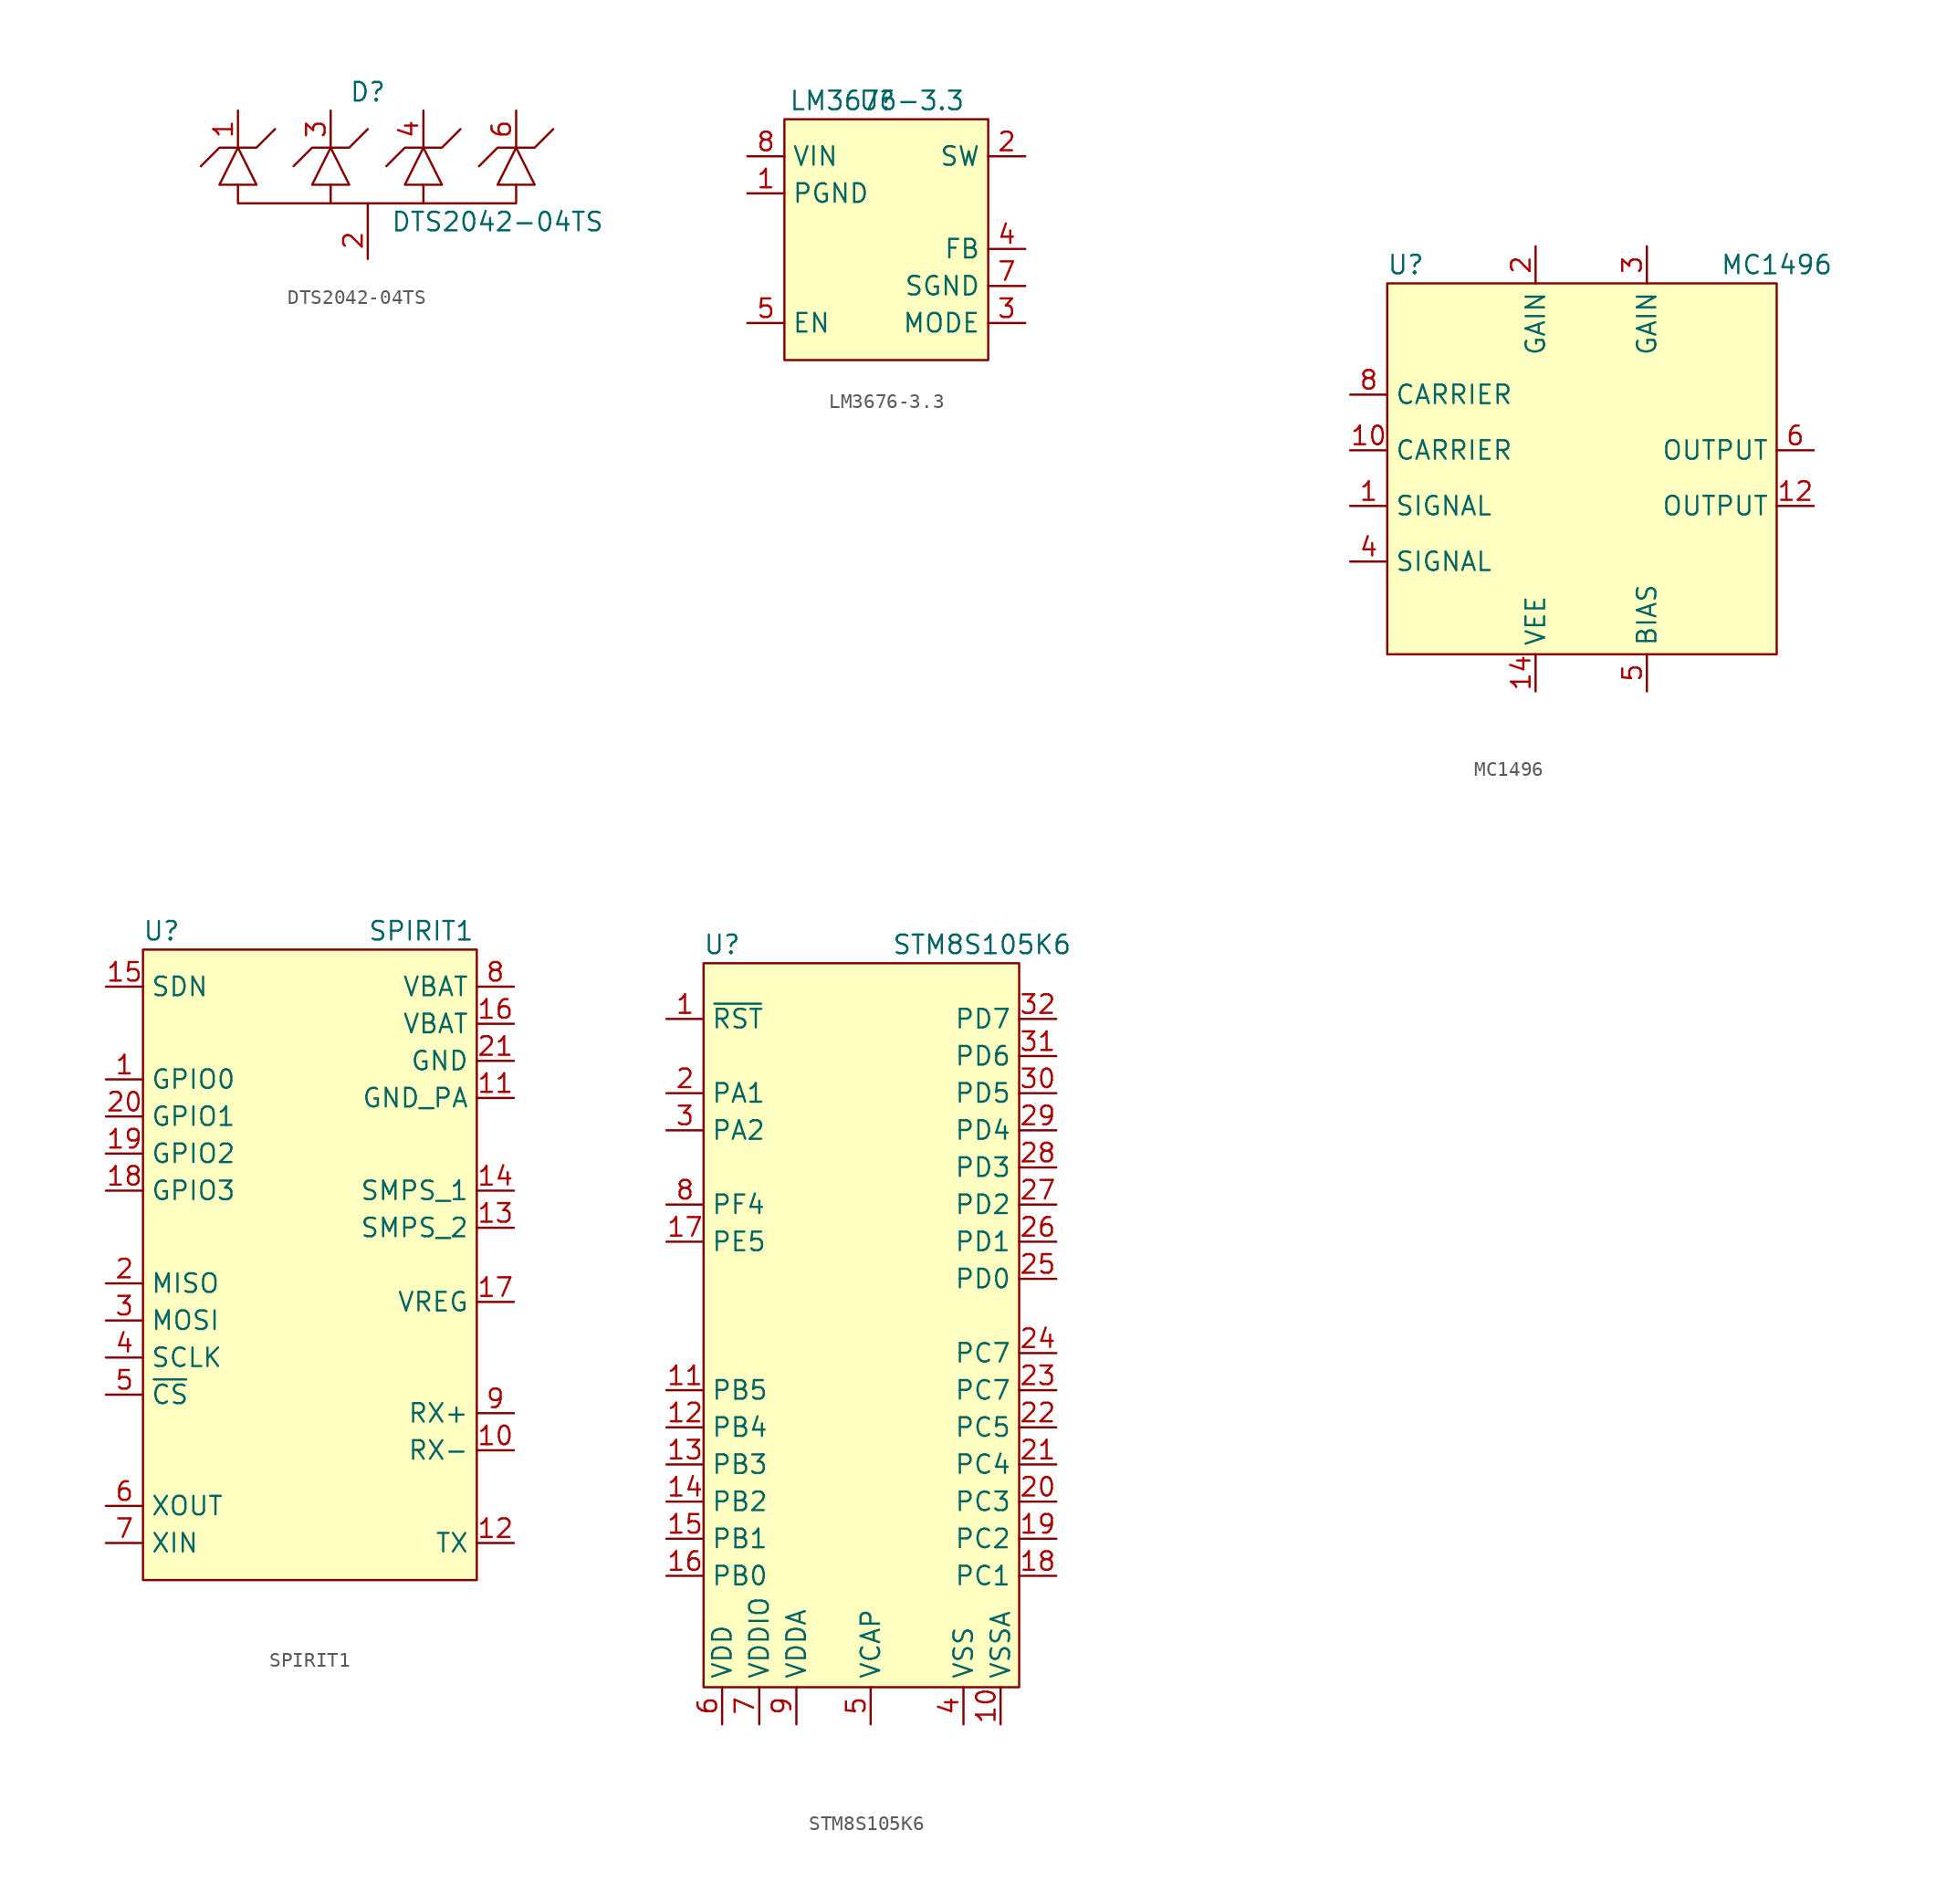
<source format=kicad_sym>
(kicad_symbol_lib
  (version 20220914)
  (generator kicad_symbol_editor)
  (symbol "DTS2042-04TS"
    (property "Reference" "D"
      (at 0 0 0)
      (effects (font (size 1.27 1.27))))
    (property "Value" "DTS2042-04TS"
      (at 8.89 -8.89 0)
      (effects (font (size 1.27 1.27))))
    (symbol "DTS2042-04TS_0_1"
      (polyline (pts (xy -2.54 -6.35) (xy -2.54 -7.62)) (stroke (width 0) (type default)) (fill (type none)))
      (polyline (pts (xy -8.89 -3.81) (xy -10.16 -3.81) (xy -11.43 -5.08)) (stroke (width 0) (type default)) (fill (type none)))
      (polyline (pts (xy -2.54 -3.81) (xy -3.81 -3.81) (xy -5.08 -5.08)) (stroke (width 0) (type default)) (fill (type none)))
      (polyline (pts (xy 3.81 -6.35) (xy 3.81 -7.62) (xy 0 -7.62)) (stroke (width 0) (type default)) (fill (type none)))
      (polyline (pts (xy 3.81 -3.81) (xy 2.54 -3.81) (xy 1.27 -5.08)) (stroke (width 0) (type default)) (fill (type none)))
      (polyline (pts (xy 10.16 -6.35) (xy 10.16 -7.62) (xy 3.81 -7.62)) (stroke (width 0) (type default)) (fill (type none)))
      (polyline (pts (xy 10.16 -3.81) (xy 8.89 -3.81) (xy 7.62 -5.08)) (stroke (width 0) (type default)) (fill (type none)))
      (polyline (pts (xy -8.89 -6.35) (xy -8.89 -7.62) (xy 0 -7.62) (xy 0 -8.89)) (stroke (width 0) (type default)) (fill (type none)))
      (polyline (pts (xy -7.62 -6.35) (xy -10.16 -6.35) (xy -8.89 -3.81) (xy -7.62 -6.35) (xy -8.89 -3.81) (xy -7.62 -3.81) (xy -6.35 -2.54)) (stroke (width 0) (type default)) (fill (type none)))
      (polyline (pts (xy -1.27 -6.35) (xy -3.81 -6.35) (xy -2.54 -3.81) (xy -1.27 -6.35) (xy -2.54 -3.81) (xy -1.27 -3.81) (xy 0 -2.54)) (stroke (width 0) (type default)) (fill (type none)))
      (polyline (pts (xy 5.08 -6.35) (xy 2.54 -6.35) (xy 3.81 -3.81) (xy 5.08 -6.35) (xy 3.81 -3.81) (xy 5.08 -3.81) (xy 6.35 -2.54)) (stroke (width 0) (type default)) (fill (type none)))
      (polyline (pts (xy 11.43 -6.35) (xy 8.89 -6.35) (xy 10.16 -3.81) (xy 11.43 -6.35) (xy 10.16 -3.81) (xy 11.43 -3.81) (xy 12.7 -2.54)) (stroke (width 0) (type default)) (fill (type none))))
    (symbol "DTS2042-04TS_1_1"
      (pin passive line (at -8.89 -1.27 270) (length 2.54) (name "" (effects (font (size 1.27 1.27)))) (number "1" (effects (font (size 1.27 1.27)))))
      (pin passive line (at 0 -11.43 90) (length 2.54) (name "" (effects (font (size 1.27 1.27)))) (number "2" (effects (font (size 1.27 1.27)))))
      (pin passive line (at -2.54 -1.27 270) (length 2.54) (name "" (effects (font (size 1.27 1.27)))) (number "3" (effects (font (size 1.27 1.27)))))
      (pin passive line (at 3.81 -1.27 270) (length 2.54) (name "" (effects (font (size 1.27 1.27)))) (number "4" (effects (font (size 1.27 1.27)))))
      (pin no_connect line (at -15.24 -11.43 180) (length 2.54) hide (name "" (effects (font (size 1.27 1.27)))) (number "5" (effects (font (size 1.27 1.27)))))
      (pin passive line (at 10.16 -1.27 270) (length 2.54) (name "" (effects (font (size 1.27 1.27)))) (number "6" (effects (font (size 1.27 1.27)))))))
  (symbol "LM3676-3.3"
    (property "Reference" "U"
      (at 0 0 0)
      (effects (font (size 1.27 1.27))))
    (property "Value" "LM3676-3.3"
      (at 0 0 0)
      (effects (font (size 1.27 1.27))))
    (symbol "LM3676-3.3_1_1"
      (polyline (pts (xy -6.35 -17.78) (xy 7.62 -17.78) (xy 7.62 -1.27) (xy -6.35 -1.27) (xy -6.35 -17.78)) (stroke (width 0) (type default)) (fill (type background)))
      (pin power_in line (at -8.89 -6.35 0) (length 2.54) (name "PGND" (effects (font (size 1.27 1.27)))) (number "1" (effects (font (size 1.27 1.27)))))
      (pin power_out line (at 10.16 -3.81 180) (length 2.54) (name "SW" (effects (font (size 1.27 1.27)))) (number "2" (effects (font (size 1.27 1.27)))))
      (pin input line (at 10.16 -15.24 180) (length 2.54) (name "MODE" (effects (font (size 1.27 1.27)))) (number "3" (effects (font (size 1.27 1.27)))))
      (pin input line (at 10.16 -10.16 180) (length 2.54) (name "FB" (effects (font (size 1.27 1.27)))) (number "4" (effects (font (size 1.27 1.27)))))
      (pin input line (at -8.89 -15.24 0) (length 2.54) (name "EN" (effects (font (size 1.27 1.27)))) (number "5" (effects (font (size 1.27 1.27)))))
      (pin no_connect line (at -8.89 -12.7 0) (length 2.54) hide (name "NC" (effects (font (size 1.27 1.27)))) (number "6" (effects (font (size 1.27 1.27)))))
      (pin input line (at 10.16 -12.7 180) (length 2.54) (name "SGND" (effects (font (size 1.27 1.27)))) (number "7" (effects (font (size 1.27 1.27)))))
      (pin power_in line (at -8.89 -3.81 0) (length 2.54) (name "VIN" (effects (font (size 1.27 1.27)))) (number "8" (effects (font (size 1.27 1.27)))))))
  (symbol "MC1496"
    (property "Reference" "U"
      (at -12.7 13.97 0)
      (effects (font (size 1.27 1.27))))
    (property "Value" "MC1496"
      (at 12.7 13.97 0)
      (effects (font (size 1.27 1.27))))
    (symbol "MC1496_1_1"
      (polyline (pts (xy -3.81 12.7) (xy -13.97 12.7) (xy -13.97 -12.7) (xy 12.7 -12.7) (xy 12.7 12.7) (xy -3.81 12.7) (xy -2.54 12.7)) (stroke (width 0) (type default)) (fill (type background)))
      (pin input line (at -16.51 -2.54 0) (length 2.54) (name "SIGNAL" (effects (font (size 1.27 1.27)))) (number "1" (effects (font (size 1.27 1.27)))))
      (pin input line (at -16.51 1.27 0) (length 2.54) (name "CARRIER" (effects (font (size 1.27 1.27)))) (number "10" (effects (font (size 1.27 1.27)))))
      (pin output line (at 15.24 -2.54 180) (length 2.54) (name "OUTPUT" (effects (font (size 1.27 1.27)))) (number "12" (effects (font (size 1.27 1.27)))))
      (pin no_connect line (at -27.94 19.05 0) (length 2.54) hide (name "NC" (effects (font (size 1.27 1.27)))) (number "13" (effects (font (size 1.27 1.27)))))
      (pin power_in line (at -3.81 -15.24 90) (length 2.54) (name "VEE" (effects (font (size 1.27 1.27)))) (number "14" (effects (font (size 1.27 1.27)))))
      (pin passive line (at -3.81 15.24 270) (length 2.54) (name "GAIN" (effects (font (size 1.27 1.27)))) (number "2" (effects (font (size 1.27 1.27)))))
      (pin passive line (at 3.81 15.24 270) (length 2.54) (name "GAIN" (effects (font (size 1.27 1.27)))) (number "3" (effects (font (size 1.27 1.27)))))
      (pin input line (at -16.51 -6.35 0) (length 2.54) (name "SIGNAL" (effects (font (size 1.27 1.27)))) (number "4" (effects (font (size 1.27 1.27)))))
      (pin input line (at 3.81 -15.24 90) (length 2.54) (name "BIAS" (effects (font (size 1.27 1.27)))) (number "5" (effects (font (size 1.27 1.27)))))
      (pin output line (at 15.24 1.27 180) (length 2.54) (name "OUTPUT" (effects (font (size 1.27 1.27)))) (number "6" (effects (font (size 1.27 1.27)))))
      (pin no_connect line (at -27.94 24.13 0) (length 2.54) hide (name "NC" (effects (font (size 1.27 1.27)))) (number "7" (effects (font (size 1.27 1.27)))))
      (pin input line (at -16.51 5.08 0) (length 2.54) (name "CARRIER" (effects (font (size 1.27 1.27)))) (number "8" (effects (font (size 1.27 1.27)))))
      (pin no_connect line (at -27.94 21.59 0) (length 2.54) hide (name "NC" (effects (font (size 1.27 1.27)))) (number "9" (effects (font (size 1.27 1.27)))))))
  (symbol "SPIRIT1"
    (property "Reference" "U"
      (at -11.43 -3.81 0)
      (effects (font (size 1.27 1.27))))
    (property "Value" "SPIRIT1"
      (at 6.35 -3.81 0)
      (effects (font (size 1.27 1.27))))
    (symbol "SPIRIT1_1_1"
      (polyline (pts (xy 10.16 -48.26) (xy 10.16 -5.08) (xy -12.7 -5.08) (xy -12.7 -48.26) (xy 10.16 -48.26)) (stroke (width 0) (type default)) (fill (type background)))
      (pin bidirectional line (at -15.24 -13.97 0) (length 2.54) (name "GPIO0" (effects (font (size 1.27 1.27)))) (number "1" (effects (font (size 1.27 1.27)))))
      (pin input line (at 12.7 -39.37 180) (length 2.54) (name "RX-" (effects (font (size 1.27 1.27)))) (number "10" (effects (font (size 1.27 1.27)))))
      (pin power_in line (at 12.7 -15.24 180) (length 2.54) (name "GND_PA" (effects (font (size 1.27 1.27)))) (number "11" (effects (font (size 1.27 1.27)))))
      (pin output line (at 12.7 -45.72 180) (length 2.54) (name "TX" (effects (font (size 1.27 1.27)))) (number "12" (effects (font (size 1.27 1.27)))))
      (pin power_in line (at 12.7 -24.13 180) (length 2.54) (name "SMPS_2" (effects (font (size 1.27 1.27)))) (number "13" (effects (font (size 1.27 1.27)))))
      (pin power_out line (at 12.7 -21.59 180) (length 2.54) (name "SMPS_1" (effects (font (size 1.27 1.27)))) (number "14" (effects (font (size 1.27 1.27)))))
      (pin input line (at -15.24 -7.62 0) (length 2.54) (name "SDN" (effects (font (size 1.27 1.27)))) (number "15" (effects (font (size 1.27 1.27)))))
      (pin power_in line (at 12.7 -10.16 180) (length 2.54) (name "VBAT" (effects (font (size 1.27 1.27)))) (number "16" (effects (font (size 1.27 1.27)))))
      (pin passive line (at 12.7 -29.21 180) (length 2.54) (name "VREG" (effects (font (size 1.27 1.27)))) (number "17" (effects (font (size 1.27 1.27)))))
      (pin bidirectional line (at -15.24 -21.59 0) (length 2.54) (name "GPIO3" (effects (font (size 1.27 1.27)))) (number "18" (effects (font (size 1.27 1.27)))))
      (pin bidirectional line (at -15.24 -19.05 0) (length 2.54) (name "GPIO2" (effects (font (size 1.27 1.27)))) (number "19" (effects (font (size 1.27 1.27)))))
      (pin output line (at -15.24 -27.94 0) (length 2.54) (name "MISO" (effects (font (size 1.27 1.27)))) (number "2" (effects (font (size 1.27 1.27)))))
      (pin bidirectional line (at -15.24 -16.51 0) (length 2.54) (name "GPIO1" (effects (font (size 1.27 1.27)))) (number "20" (effects (font (size 1.27 1.27)))))
      (pin power_in line (at 12.7 -12.7 180) (length 2.54) (name "GND" (effects (font (size 1.27 1.27)))) (number "21" (effects (font (size 1.27 1.27)))))
      (pin input line (at -15.24 -30.48 0) (length 2.54) (name "MOSI" (effects (font (size 1.27 1.27)))) (number "3" (effects (font (size 1.27 1.27)))))
      (pin bidirectional line (at -15.24 -33.02 0) (length 2.54) (name "SCLK" (effects (font (size 1.27 1.27)))) (number "4" (effects (font (size 1.27 1.27)))))
      (pin input line (at -15.24 -35.56 0) (length 2.54) (name "~{CS}" (effects (font (size 1.27 1.27)))) (number "5" (effects (font (size 1.27 1.27)))))
      (pin passive line (at -15.24 -43.18 0) (length 2.54) (name "XOUT" (effects (font (size 1.27 1.27)))) (number "6" (effects (font (size 1.27 1.27)))))
      (pin passive line (at -15.24 -45.72 0) (length 2.54) (name "XIN" (effects (font (size 1.27 1.27)))) (number "7" (effects (font (size 1.27 1.27)))))
      (pin power_in line (at 12.7 -7.62 180) (length 2.54) (name "VBAT" (effects (font (size 1.27 1.27)))) (number "8" (effects (font (size 1.27 1.27)))))
      (pin input line (at 12.7 -36.83 180) (length 2.54) (name "RX+" (effects (font (size 1.27 1.27)))) (number "9" (effects (font (size 1.27 1.27)))))))
  (symbol "STM8S105K6"
    (property "Reference" "U"
      (at -8.89 26.67 0)
      (effects (font (size 1.27 1.27))))
    (property "Value" "STM8S105K6"
      (at 8.89 26.67 0)
      (effects (font (size 1.27 1.27))))
    (symbol "STM8S105K6_1_1"
      (rectangle (start -10.16 25.4) (end 11.43 -24.13) (stroke (width 0) (type default)) (fill (type background)))
      (pin input line (at -12.7 21.59 0) (length 2.54) (name "~{RST}" (effects (font (size 1.27 1.27)))) (number "1" (effects (font (size 1.27 1.27)))))
      (pin power_in line (at 10.16 -26.67 90) (length 2.54) (name "VSSA" (effects (font (size 1.27 1.27)))) (number "10" (effects (font (size 1.27 1.27)))))
      (pin bidirectional line (at -12.7 -3.81 0) (length 2.54) (name "PB5" (effects (font (size 1.27 1.27)))) (number "11" (effects (font (size 1.27 1.27)))))
      (pin bidirectional line (at -12.7 -6.35 0) (length 2.54) (name "PB4" (effects (font (size 1.27 1.27)))) (number "12" (effects (font (size 1.27 1.27)))))
      (pin bidirectional line (at -12.7 -8.89 0) (length 2.54) (name "PB3" (effects (font (size 1.27 1.27)))) (number "13" (effects (font (size 1.27 1.27)))))
      (pin bidirectional line (at -12.7 -11.43 0) (length 2.54) (name "PB2" (effects (font (size 1.27 1.27)))) (number "14" (effects (font (size 1.27 1.27)))))
      (pin bidirectional line (at -12.7 -13.97 0) (length 2.54) (name "PB1" (effects (font (size 1.27 1.27)))) (number "15" (effects (font (size 1.27 1.27)))))
      (pin bidirectional line (at -12.7 -16.51 0) (length 2.54) (name "PB0" (effects (font (size 1.27 1.27)))) (number "16" (effects (font (size 1.27 1.27)))))
      (pin bidirectional line (at -12.7 6.35 0) (length 2.54) (name "PE5" (effects (font (size 1.27 1.27)))) (number "17" (effects (font (size 1.27 1.27)))))
      (pin bidirectional line (at 13.97 -16.51 180) (length 2.54) (name "PC1" (effects (font (size 1.27 1.27)))) (number "18" (effects (font (size 1.27 1.27)))))
      (pin bidirectional line (at 13.97 -13.97 180) (length 2.54) (name "PC2" (effects (font (size 1.27 1.27)))) (number "19" (effects (font (size 1.27 1.27)))))
      (pin bidirectional line (at -12.7 16.51 0) (length 2.54) (name "PA1" (effects (font (size 1.27 1.27)))) (number "2" (effects (font (size 1.27 1.27)))))
      (pin bidirectional line (at 13.97 -11.43 180) (length 2.54) (name "PC3" (effects (font (size 1.27 1.27)))) (number "20" (effects (font (size 1.27 1.27)))))
      (pin bidirectional line (at 13.97 -8.89 180) (length 2.54) (name "PC4" (effects (font (size 1.27 1.27)))) (number "21" (effects (font (size 1.27 1.27)))))
      (pin bidirectional line (at 13.97 -6.35 180) (length 2.54) (name "PC5" (effects (font (size 1.27 1.27)))) (number "22" (effects (font (size 1.27 1.27)))))
      (pin bidirectional line (at 13.97 -3.81 180) (length 2.54) (name "PC7" (effects (font (size 1.27 1.27)))) (number "23" (effects (font (size 1.27 1.27)))))
      (pin bidirectional line (at 13.97 -1.27 180) (length 2.54) (name "PC7" (effects (font (size 1.27 1.27)))) (number "24" (effects (font (size 1.27 1.27)))))
      (pin bidirectional line (at 13.97 3.81 180) (length 2.54) (name "PD0" (effects (font (size 1.27 1.27)))) (number "25" (effects (font (size 1.27 1.27)))))
      (pin bidirectional line (at 13.97 6.35 180) (length 2.54) (name "PD1" (effects (font (size 1.27 1.27)))) (number "26" (effects (font (size 1.27 1.27)))))
      (pin bidirectional line (at 13.97 8.89 180) (length 2.54) (name "PD2" (effects (font (size 1.27 1.27)))) (number "27" (effects (font (size 1.27 1.27)))))
      (pin bidirectional line (at 13.97 11.43 180) (length 2.54) (name "PD3" (effects (font (size 1.27 1.27)))) (number "28" (effects (font (size 1.27 1.27)))))
      (pin bidirectional line (at 13.97 13.97 180) (length 2.54) (name "PD4" (effects (font (size 1.27 1.27)))) (number "29" (effects (font (size 1.27 1.27)))))
      (pin bidirectional line (at -12.7 13.97 0) (length 2.54) (name "PA2" (effects (font (size 1.27 1.27)))) (number "3" (effects (font (size 1.27 1.27)))))
      (pin bidirectional line (at 13.97 16.51 180) (length 2.54) (name "PD5" (effects (font (size 1.27 1.27)))) (number "30" (effects (font (size 1.27 1.27)))))
      (pin bidirectional line (at 13.97 19.05 180) (length 2.54) (name "PD6" (effects (font (size 1.27 1.27)))) (number "31" (effects (font (size 1.27 1.27)))))
      (pin bidirectional line (at 13.97 21.59 180) (length 2.54) (name "PD7" (effects (font (size 1.27 1.27)))) (number "32" (effects (font (size 1.27 1.27)))))
      (pin power_in line (at 7.62 -26.67 90) (length 2.54) (name "VSS" (effects (font (size 1.27 1.27)))) (number "4" (effects (font (size 1.27 1.27)))))
      (pin passive line (at 1.27 -26.67 90) (length 2.54) (name "VCAP" (effects (font (size 1.27 1.27)))) (number "5" (effects (font (size 1.27 1.27)))))
      (pin power_in line (at -8.89 -26.67 90) (length 2.54) (name "VDD" (effects (font (size 1.27 1.27)))) (number "6" (effects (font (size 1.27 1.27)))))
      (pin power_in line (at -6.35 -26.67 90) (length 2.54) (name "VDDIO" (effects (font (size 1.27 1.27)))) (number "7" (effects (font (size 1.27 1.27)))))
      (pin bidirectional line (at -12.7 8.89 0) (length 2.54) (name "PF4" (effects (font (size 1.27 1.27)))) (number "8" (effects (font (size 1.27 1.27)))))
      (pin power_in line (at -3.81 -26.67 90) (length 2.54) (name "VDDA" (effects (font (size 1.27 1.27)))) (number "9" (effects (font (size 1.27 1.27))))))))
</source>
